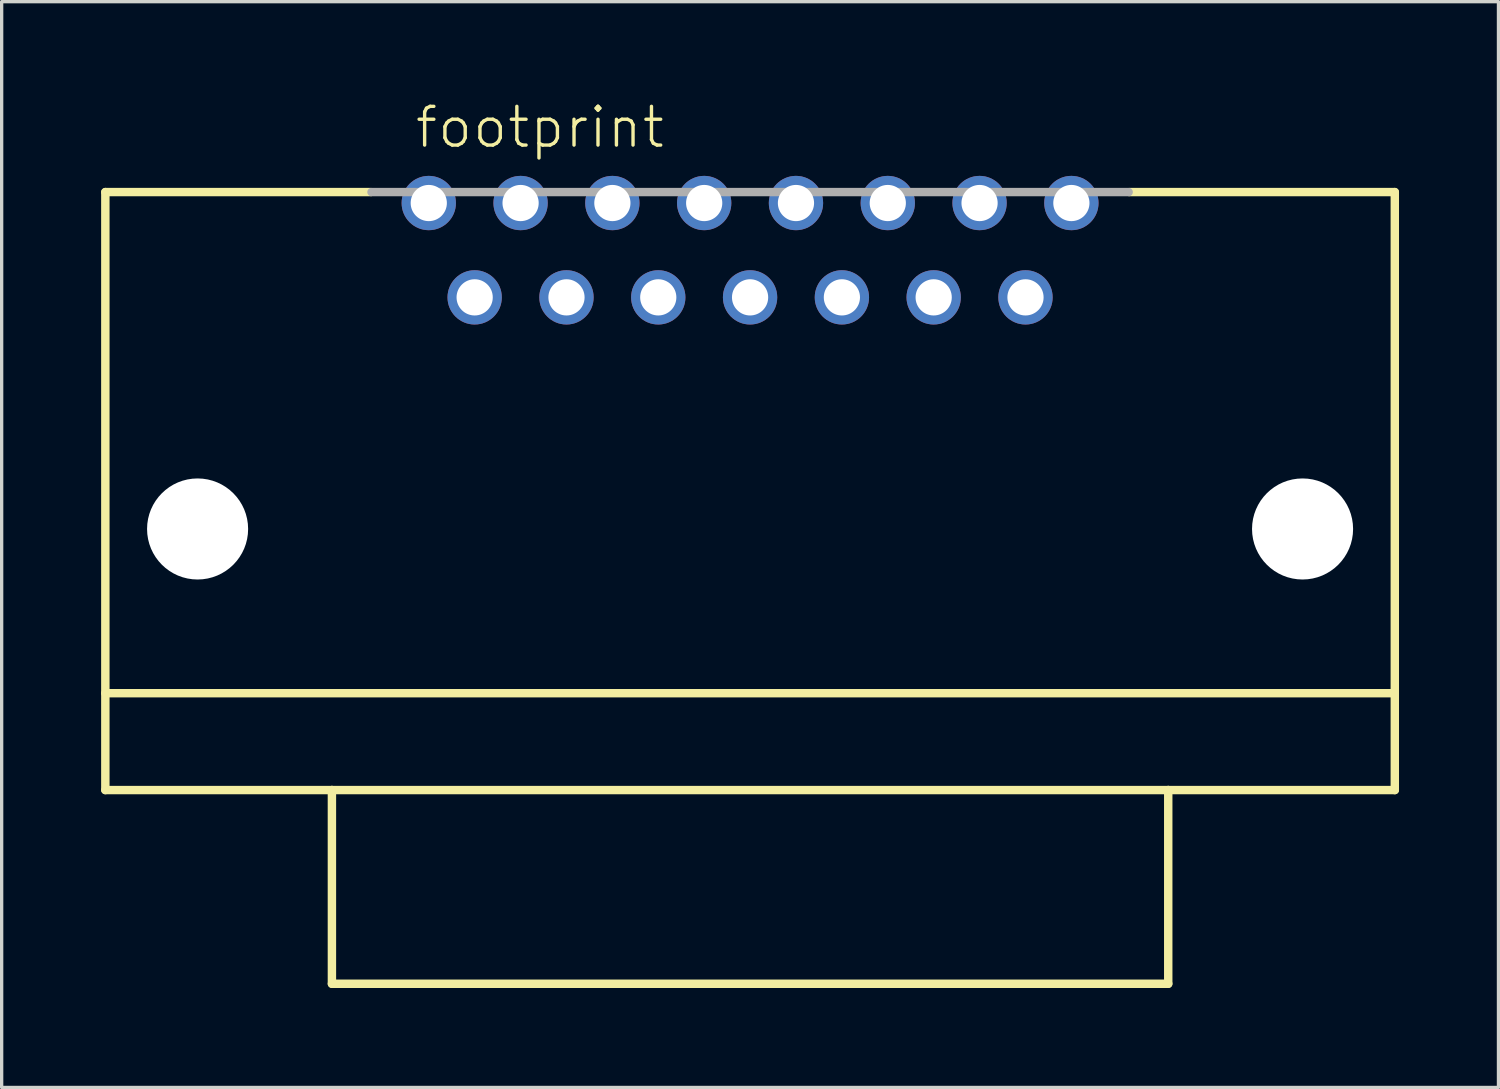
<source format=kicad_pcb>
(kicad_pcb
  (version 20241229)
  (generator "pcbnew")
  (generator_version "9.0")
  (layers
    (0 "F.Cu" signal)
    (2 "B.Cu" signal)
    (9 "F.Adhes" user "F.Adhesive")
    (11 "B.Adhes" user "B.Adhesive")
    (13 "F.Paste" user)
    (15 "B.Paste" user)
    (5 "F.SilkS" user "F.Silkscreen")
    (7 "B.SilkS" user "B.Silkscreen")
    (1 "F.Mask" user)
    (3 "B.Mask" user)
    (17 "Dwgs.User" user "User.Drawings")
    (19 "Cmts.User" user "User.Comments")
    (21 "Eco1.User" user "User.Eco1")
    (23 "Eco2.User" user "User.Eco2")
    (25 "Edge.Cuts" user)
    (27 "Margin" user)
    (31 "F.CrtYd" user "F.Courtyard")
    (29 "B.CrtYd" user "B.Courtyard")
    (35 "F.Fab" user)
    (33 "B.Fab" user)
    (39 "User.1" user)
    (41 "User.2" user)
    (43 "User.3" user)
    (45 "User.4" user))
  (footprint "footprint"
    (layer "F.Cu")
    (at 19.571 10.998)
    (property "Reference" "footprint" (at -10.16 -9.525 0) (layer "F.SilkS") (effects (font (size 1.168 1.168) (thickness 0.102)) (justify left bottom)))
    (fp_line (start -19.444 -8.255) (end -11.443 -8.255) (stroke (width 0.254) (type solid)) (layer "F.SilkS"))
    (fp_line (start -19.444 6.858) (end 19.444 6.858) (stroke (width 0.254) (type solid)) (layer "F.SilkS"))
    (fp_line (start -19.444 9.779) (end -19.444 -8.255) (stroke (width 0.254) (type solid)) (layer "F.SilkS"))
    (fp_line (start -12.611 9.779) (end -19.444 9.779) (stroke (width 0.254) (type solid)) (layer "F.SilkS"))
    (fp_line (start -12.611 9.779) (end 12.611 9.779) (stroke (width 0.254) (type solid)) (layer "F.SilkS"))
    (fp_line (start -12.611 15.621) (end -12.611 9.779) (stroke (width 0.254) (type solid)) (layer "F.SilkS"))
    (fp_line (start 12.611 9.779) (end 12.611 15.621) (stroke (width 0.254) (type solid)) (layer "F.SilkS"))
    (fp_line (start 12.611 15.621) (end -12.611 15.621) (stroke (width 0.254) (type solid)) (layer "F.SilkS"))
    (fp_line (start 19.444 -8.255) (end 11.443 -8.255) (stroke (width 0.254) (type solid)) (layer "F.SilkS"))
    (fp_line (start 19.444 -8.255) (end 19.444 9.779) (stroke (width 0.254) (type solid)) (layer "F.SilkS"))
    (fp_line (start 19.444 9.779) (end 12.611 9.779) (stroke (width 0.254) (type solid)) (layer "F.SilkS"))
    (fp_line (start -11.417 -8.255) (end 11.417 -8.255) (stroke (width 0.254) (type solid)) (layer "F.Fab"))
    (pad "" np_thru_hole circle (at -16.662 1.905) (size 3.048 3.048) (drill 3.048) (layers "*.Cu" "*.Mask"))
    (pad "" np_thru_hole circle (at 16.662 1.905) (size 3.048 3.048) (drill 3.048) (layers "*.Cu" "*.Mask"))
    (pad "1" thru_hole circle (at 9.69 -7.925) (size 1.638 1.638) (drill 1.092) (layers "*.Cu" "*.Mask"))
    (pad "2" thru_hole circle (at 6.921 -7.925) (size 1.638 1.638) (drill 1.092) (layers "*.Cu" "*.Mask"))
    (pad "3" thru_hole circle (at 4.153 -7.925) (size 1.638 1.638) (drill 1.092) (layers "*.Cu" "*.Mask"))
    (pad "4" thru_hole circle (at 1.384 -7.925) (size 1.638 1.638) (drill 1.092) (layers "*.Cu" "*.Mask"))
    (pad "5" thru_hole circle (at -1.384 -7.925) (size 1.638 1.638) (drill 1.092) (layers "*.Cu" "*.Mask"))
    (pad "6" thru_hole circle (at -4.153 -7.925) (size 1.638 1.638) (drill 1.092) (layers "*.Cu" "*.Mask"))
    (pad "7" thru_hole circle (at -6.921 -7.925) (size 1.638 1.638) (drill 1.092) (layers "*.Cu" "*.Mask"))
    (pad "8" thru_hole circle (at -9.69 -7.925) (size 1.638 1.638) (drill 1.092) (layers "*.Cu" "*.Mask"))
    (pad "9" thru_hole circle (at 8.306 -5.08) (size 1.638 1.638) (drill 1.092) (layers "*.Cu" "*.Mask"))
    (pad "10" thru_hole circle (at 5.537 -5.08) (size 1.638 1.638) (drill 1.092) (layers "*.Cu" "*.Mask"))
    (pad "11" thru_hole circle (at 2.769 -5.08) (size 1.638 1.638) (drill 1.092) (layers "*.Cu" "*.Mask"))
    (pad "12" thru_hole circle (at 0 -5.08) (size 1.638 1.638) (drill 1.092) (layers "*.Cu" "*.Mask"))
    (pad "13" thru_hole circle (at -2.769 -5.08) (size 1.638 1.638) (drill 1.092) (layers "*.Cu" "*.Mask"))
    (pad "14" thru_hole circle (at -5.537 -5.08) (size 1.638 1.638) (drill 1.092) (layers "*.Cu" "*.Mask"))
    (pad "15" thru_hole circle (at -8.306 -5.08) (size 1.638 1.638) (drill 1.092) (layers "*.Cu" "*.Mask")))
  (gr_rect
    (start -3 -3)
    (end 42.141 29.746)
    (stroke (width 0.1) (type default))
    (fill no)
    (layer "Edge.Cuts")))
</source>
